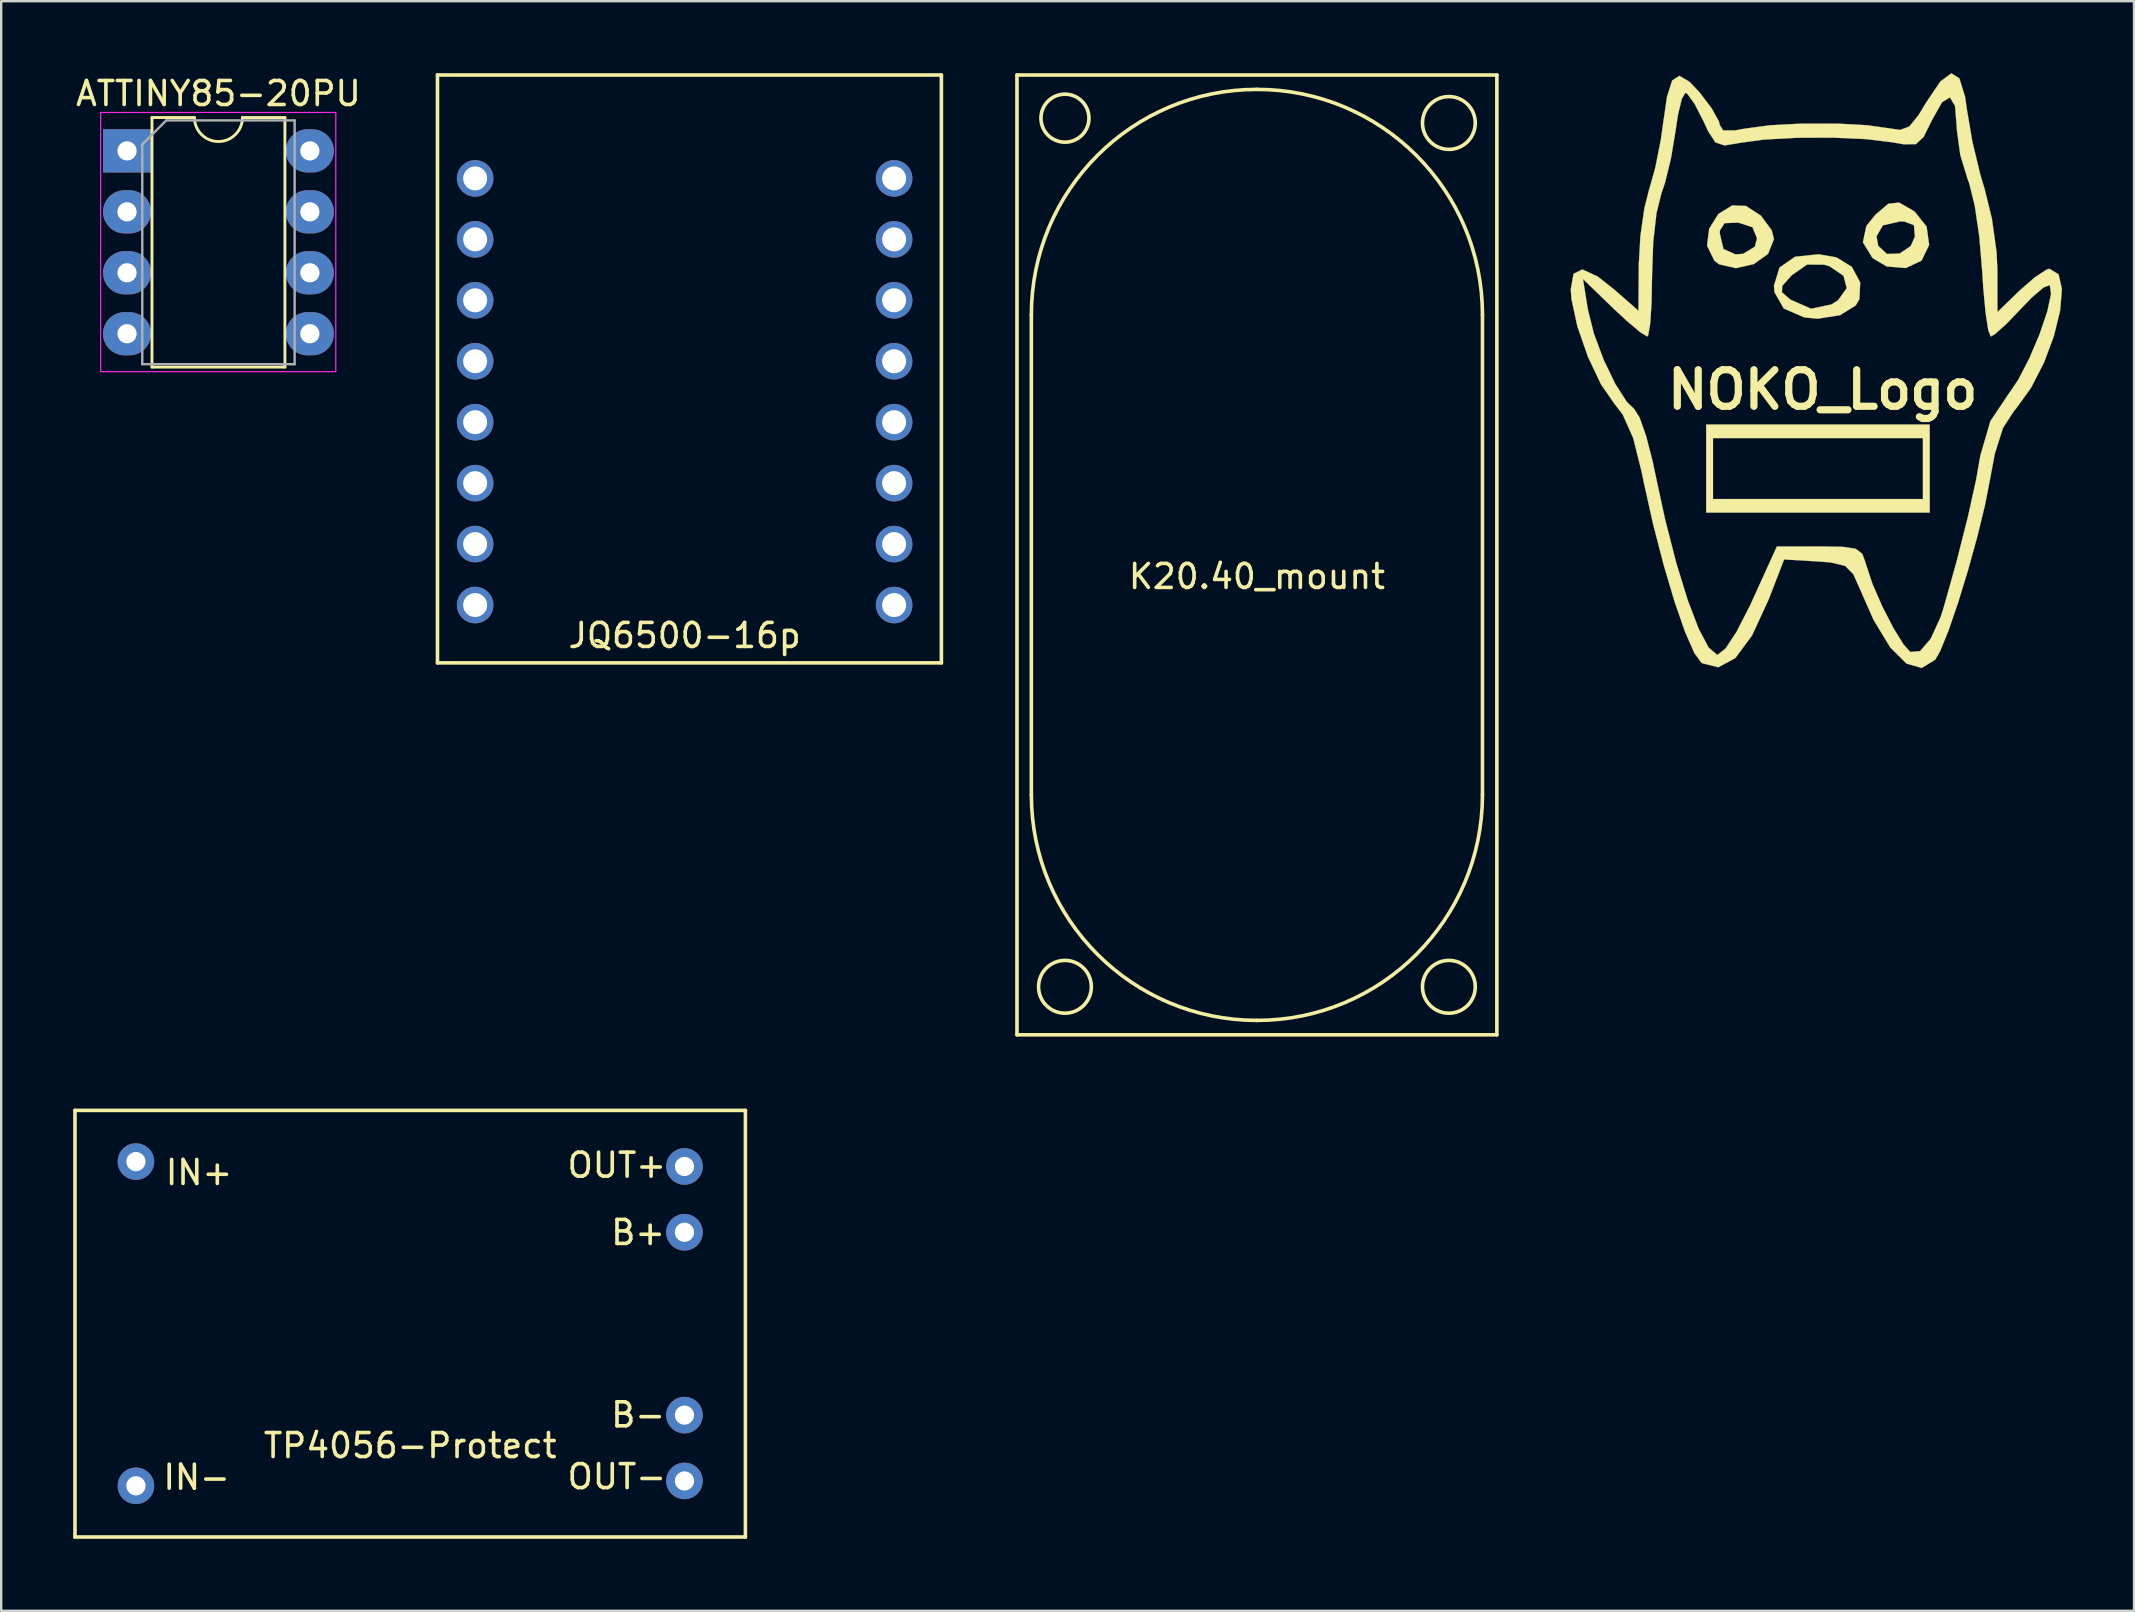
<source format=kicad_pcb>
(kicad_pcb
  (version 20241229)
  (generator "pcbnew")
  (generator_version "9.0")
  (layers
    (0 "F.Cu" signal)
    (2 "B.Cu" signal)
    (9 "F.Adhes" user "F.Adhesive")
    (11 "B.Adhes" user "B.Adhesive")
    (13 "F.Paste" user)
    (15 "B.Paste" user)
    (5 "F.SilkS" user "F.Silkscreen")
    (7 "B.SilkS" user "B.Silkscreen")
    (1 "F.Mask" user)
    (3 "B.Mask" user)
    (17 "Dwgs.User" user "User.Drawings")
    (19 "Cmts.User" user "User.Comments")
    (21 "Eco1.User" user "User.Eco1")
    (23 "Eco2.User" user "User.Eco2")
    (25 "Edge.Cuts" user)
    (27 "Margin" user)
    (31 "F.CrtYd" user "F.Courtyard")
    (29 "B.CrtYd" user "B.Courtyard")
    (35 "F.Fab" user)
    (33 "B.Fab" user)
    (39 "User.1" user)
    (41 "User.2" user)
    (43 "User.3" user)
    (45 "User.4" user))
  (footprint "TP4056-Protect"
    (layer "F.Cu")
    (at 14.045 52.115)
    (property "Reference" "TP4056-Protect" (at 0 5.08 0) (layer "F.SilkS") (effects (font (size 1 1) (thickness 0.15))))
    (attr through_hole)
    (fp_line (start -13.97 -8.89) (end -13.97 8.89) (stroke (width 0.15) (type solid)) (layer "F.SilkS"))
    (fp_line (start -13.97 -8.89) (end 13.97 -8.89) (stroke (width 0.15) (type solid)) (layer "F.SilkS"))
    (fp_line (start 13.97 -8.89) (end 13.97 8.89) (stroke (width 0.15) (type solid)) (layer "F.SilkS"))
    (fp_line (start 13.97 8.89) (end -13.97 8.89) (stroke (width 0.15) (type solid)) (layer "F.SilkS"))
    (fp_text user "OUT-" (at 8.611 6.375 0) (layer "F.SilkS") (effects (font (size 1 1) (thickness 0.15))))
    (fp_text user "IN+" (at -8.8 -6.3 0) (layer "F.SilkS") (effects (font (size 1 1) (thickness 0.15))))
    (fp_text user "IN-" (at -8.9 6.4 0) (layer "F.SilkS") (effects (font (size 1 1) (thickness 0.15))))
    (fp_text user "B-" (at 9.5 3.8 0) (layer "F.SilkS") (effects (font (size 1 1) (thickness 0.15))))
    (fp_text user "OUT+" (at 8.611 -6.604 0) (layer "F.SilkS") (effects (font (size 1 1) (thickness 0.15))))
    (fp_text user "B+" (at 9.5 -3.8 0) (layer "F.SilkS") (effects (font (size 1 1) (thickness 0.15))))
    (pad "1" thru_hole circle (at -11.43 -6.756) (size 1.524 1.524) (drill 0.8) (layers "*.Cu" "*.Mask"))
    (pad "2" thru_hole circle (at -11.43 6.756) (size 1.524 1.524) (drill 0.8) (layers "*.Cu" "*.Mask"))
    (pad "3" thru_hole circle (at 11.43 -6.553) (size 1.524 1.524) (drill 0.8) (layers "*.Cu" "*.Mask"))
    (pad "4" thru_hole circle (at 11.43 -3.81) (size 1.524 1.524) (drill 0.8) (layers "*.Cu" "*.Mask"))
    (pad "5" thru_hole circle (at 11.43 3.81) (size 1.524 1.524) (drill 0.8) (layers "*.Cu" "*.Mask"))
    (pad "6" thru_hole circle (at 11.43 6.553) (size 1.524 1.524) (drill 0.8) (layers "*.Cu" "*.Mask")))
  (footprint "NOKO_Logo"
    (layer "F.Cu")
    (at 72.572 12.103)
    (property "Reference" "NOKO_Logo" (at 0.34 1.09 0) (layer "F.SilkS") (effects (font (size 1.524 1.524) (thickness 0.3))))
    (attr through_hole)
    (fp_poly (pts (xy 4.798 6.209) (xy -4.516 6.209) (xy -4.516 3.104) (xy -4.233 3.104) (xy -4.233 5.644) (xy 4.516 5.644) (xy 4.516 3.104) (xy -4.233 3.104) (xy -4.516 3.104) (xy -4.516 2.54) (xy 4.798 2.54) (xy 4.798 6.209)) (stroke (width 0.01) (type solid)) (fill yes) (layer "F.SilkS"))
    (fp_poly (pts (xy -2.86 -6.571) (xy -2.236 -6.165) (xy -1.788 -5.559) (xy -1.693 -5.187) (xy -1.936 -4.576) (xy -2.532 -4.148) (xy -3.278 -3.977) (xy -3.975 -4.136) (xy -4.177 -4.29) (xy -4.48 -4.916) (xy -4.417 -5.428) (xy -3.951 -5.428) (xy -3.797 -4.775) (xy -3.293 -4.553) (xy -2.975 -4.574) (xy -2.487 -4.873) (xy -2.399 -5.221) (xy -2.586 -5.683) (xy -3.175 -5.875) (xy -3.752 -5.853) (xy -3.946 -5.546) (xy -3.951 -5.428) (xy -4.417 -5.428) (xy -4.393 -5.619) (xy -4.011 -6.234) (xy -3.431 -6.591) (xy -2.86 -6.571)) (stroke (width 0.01) (type solid)) (fill yes) (layer "F.SilkS"))
    (fp_poly (pts (xy 4.127 -6.365) (xy 4.171 -6.334) (xy 4.67 -5.709) (xy 4.775 -4.948) (xy 4.459 -4.29) (xy 3.802 -3.983) (xy 3.007 -4.049) (xy 2.419 -4.395) (xy 2.016 -5.056) (xy 2.067 -5.303) (xy 2.58 -5.303) (xy 2.655 -4.906) (xy 3.016 -4.569) (xy 3.541 -4.585) (xy 4.007 -4.898) (xy 4.182 -5.292) (xy 4.142 -5.769) (xy 3.732 -5.922) (xy 3.564 -5.927) (xy 2.847 -5.762) (xy 2.58 -5.303) (xy 2.067 -5.303) (xy 2.157 -5.734) (xy 2.54 -6.209) (xy 3.077 -6.664) (xy 3.522 -6.71) (xy 4.127 -6.365)) (stroke (width 0.01) (type solid)) (fill yes) (layer "F.SilkS"))
    (fp_poly (pts (xy 0.913 -4.427) (xy 1.555 -4.03) (xy 1.902 -3.379) (xy 1.868 -2.685) (xy 1.716 -2.426) (xy 1.063 -2.018) (xy 0.131 -1.871) (xy -0.423 -1.924) (xy -1.283 -2.295) (xy -1.67 -2.972) (xy -1.67 -2.972) (xy -1.361 -2.972) (xy -1.004 -2.665) (xy -0.142 -2.286) (xy 0.705 -2.466) (xy 0.98 -2.64) (xy 1.341 -3.146) (xy 1.206 -3.661) (xy 0.623 -4.056) (xy 0.41 -4.121) (xy -0.309 -4.129) (xy -0.943 -3.69) (xy -1.346 -3.242) (xy -1.361 -2.972) (xy -1.67 -2.972) (xy -1.693 -3.246) (xy -1.46 -4.004) (xy -0.813 -4.453) (xy 0.165 -4.556) (xy 0.913 -4.427)) (stroke (width 0.01) (type solid)) (fill yes) (layer "F.SilkS"))
    (fp_poly (pts (xy 6.035 -11.888) (xy 6.271 -11.124) (xy 6.361 -10.513) (xy 6.574 -9.264) (xy 6.899 -7.906) (xy 7.087 -7.276) (xy 7.392 -6.035) (xy 7.585 -4.639) (xy 7.62 -3.905) (xy 7.62 -2.147) (xy 8.551 -3.049) (xy 9.173 -3.591) (xy 9.662 -3.913) (xy 9.79 -3.951) (xy 10.169 -3.721) (xy 10.308 -3.104) (xy 10.234 -2.212) (xy 9.976 -1.154) (xy 9.561 -0.042) (xy 9.018 1.015) (xy 8.373 1.905) (xy 8.307 1.977) (xy 7.85 2.687) (xy 7.51 3.763) (xy 7.327 4.744) (xy 7.11 5.864) (xy 6.787 7.195) (xy 6.397 8.604) (xy 5.982 9.961) (xy 5.58 11.132) (xy 5.233 11.984) (xy 5.03 12.337) (xy 4.469 12.684) (xy 3.832 12.504) (xy 3.152 11.825) (xy 2.456 10.675) (xy 1.918 9.454) (xy 1.614 8.773) (xy 1.269 8.428) (xy 0.683 8.287) (xy 0.103 8.244) (xy -1.27 8.162) (xy -1.909 9.818) (xy -2.603 11.327) (xy -3.303 12.272) (xy -4.008 12.655) (xy -4.704 12.482) (xy -5.015 12.053) (xy -5.403 11.164) (xy -5.838 9.91) (xy -6.29 8.385) (xy -6.73 6.684) (xy -7.127 4.901) (xy -7.201 4.535) (xy -7.559 3.101) (xy -7.997 2.121) (xy -8.325 1.694) (xy -8.894 0.876) (xy -9.442 -0.278) (xy -9.884 -1.545) (xy -10.133 -2.699) (xy -10.16 -3.097) (xy -10.082 -3.528) (xy -9.652 -3.528) (xy -9.449 -2.258) (xy -9.198 -1.252) (xy -8.79 -0.16) (xy -8.304 0.848) (xy -7.82 1.601) (xy -7.518 1.889) (xy -7.289 2.255) (xy -7.016 3.034) (xy -6.746 4.083) (xy -6.656 4.516) (xy -6.223 6.519) (xy -5.759 8.323) (xy -5.286 9.857) (xy -4.831 11.051) (xy -4.415 11.833) (xy -4.065 12.134) (xy -4.045 12.136) (xy -3.717 11.883) (xy -3.251 11.177) (xy -2.697 10.098) (xy -2.596 9.878) (xy -1.57 7.62) (xy 0.197 7.62) (xy 1.167 7.635) (xy 1.716 7.719) (xy 1.99 7.929) (xy 2.133 8.322) (xy 2.152 8.396) (xy 2.412 9.181) (xy 2.819 10.113) (xy 3.283 11.017) (xy 3.716 11.717) (xy 3.989 12.018) (xy 4.396 11.982) (xy 4.838 11.471) (xy 5.253 10.566) (xy 5.379 10.173) (xy 5.92 8.245) (xy 6.383 6.417) (xy 6.733 4.841) (xy 6.911 3.825) (xy 7.327 2.399) (xy 8.024 1.358) (xy 8.487 0.677) (xy 8.959 -0.237) (xy 9.382 -1.237) (xy 9.7 -2.175) (xy 9.856 -2.906) (xy 9.804 -3.272) (xy 9.543 -3.173) (xy 9.043 -2.745) (xy 8.597 -2.283) (xy 7.986 -1.646) (xy 7.516 -1.227) (xy 7.343 -1.129) (xy 7.239 -1.391) (xy 7.13 -2.096) (xy 7.033 -3.123) (xy 6.984 -3.881) (xy 6.862 -5.326) (xy 6.672 -6.6) (xy 6.442 -7.526) (xy 6.382 -7.681) (xy 6.072 -8.697) (xy 5.928 -9.763) (xy 5.927 -9.852) (xy 5.852 -10.742) (xy 5.64 -11.091) (xy 5.312 -10.892) (xy 4.892 -10.148) (xy 4.546 -9.447) (xy 4.225 -9.148) (xy 3.724 -9.137) (xy 3.246 -9.222) (xy 2.151 -9.355) (xy 0.747 -9.417) (xy -0.747 -9.411) (xy -2.114 -9.336) (xy -3.12 -9.198) (xy -3.752 -9.092) (xy -4.128 -9.216) (xy -4.435 -9.683) (xy -4.644 -10.132) (xy -5.002 -10.827) (xy -5.299 -11.24) (xy -5.385 -11.289) (xy -5.533 -11.034) (xy -5.692 -10.373) (xy -5.799 -9.666) (xy -5.981 -8.57) (xy -6.23 -7.546) (xy -6.384 -7.092) (xy -6.587 -6.278) (xy -6.723 -5.075) (xy -6.773 -3.652) (xy -6.773 -3.634) (xy -6.794 -2.524) (xy -6.85 -1.666) (xy -6.931 -1.187) (xy -6.974 -1.129) (xy -7.268 -1.311) (xy -7.829 -1.783) (xy -8.414 -2.328) (xy -9.652 -3.528) (xy -10.082 -3.528) (xy -10.043 -3.745) (xy -9.676 -3.923) (xy -9.038 -3.63) (xy -8.335 -3.075) (xy -7.338 -2.199) (xy -7.325 -4.134) (xy -7.257 -5.328) (xy -7.093 -6.475) (xy -6.91 -7.197) (xy -6.64 -8.155) (xy -6.407 -9.326) (xy -6.325 -9.914) (xy -6.15 -11.119) (xy -5.934 -11.799) (xy -5.634 -11.994) (xy -5.206 -11.741) (xy -4.79 -11.3) (xy -4.282 -10.63) (xy -3.984 -10.088) (xy -3.951 -9.946) (xy -3.811 -9.72) (xy -3.316 -9.717) (xy -2.893 -9.794) (xy -1.851 -9.933) (xy -0.504 -10.003) (xy 0.924 -10.003) (xy 2.207 -9.933) (xy 3.014 -9.818) (xy 3.565 -9.739) (xy 3.948 -9.879) (xy 4.325 -10.344) (xy 4.648 -10.877) (xy 5.245 -11.759) (xy 5.7 -12.098) (xy 6.035 -11.888)) (stroke (width 0.01) (type solid)) (fill yes) (layer "F.SilkS")))
  (footprint "ATTINY85-20PU"
    (layer "F.Cu")
    (at 2.244 3.238)
    (property "Reference" "ATTINY85-20PU" (at 3.81 -2.39 0) (layer "F.SilkS") (effects (font (size 1 1) (thickness 0.15))))
    (attr through_hole)
    (fp_line (start 1.04 -1.39) (end 1.04 9.01) (stroke (width 0.12) (type solid)) (layer "F.SilkS"))
    (fp_line (start 1.04 9.01) (end 6.58 9.01) (stroke (width 0.12) (type solid)) (layer "F.SilkS"))
    (fp_line (start 2.81 -1.39) (end 1.04 -1.39) (stroke (width 0.12) (type solid)) (layer "F.SilkS"))
    (fp_line (start 6.58 -1.39) (end 4.81 -1.39) (stroke (width 0.12) (type solid)) (layer "F.SilkS"))
    (fp_line (start 6.58 9.01) (end 6.58 -1.39) (stroke (width 0.12) (type solid)) (layer "F.SilkS"))
    (fp_arc (start 4.81 -1.39) (mid 3.81 -0.39) (end 2.81 -1.39) (stroke (width 0.12) (type solid)) (layer "F.SilkS"))
    (fp_line (start -1.1 -1.6) (end -1.1 9.2) (stroke (width 0.05) (type solid)) (layer "F.CrtYd"))
    (fp_line (start -1.1 9.2) (end 8.7 9.2) (stroke (width 0.05) (type solid)) (layer "F.CrtYd"))
    (fp_line (start 8.7 -1.6) (end -1.1 -1.6) (stroke (width 0.05) (type solid)) (layer "F.CrtYd"))
    (fp_line (start 8.7 9.2) (end 8.7 -1.6) (stroke (width 0.05) (type solid)) (layer "F.CrtYd"))
    (fp_line (start 0.635 -0.27) (end 1.635 -1.27) (stroke (width 0.1) (type solid)) (layer "F.Fab"))
    (fp_line (start 0.635 8.89) (end 0.635 -0.27) (stroke (width 0.1) (type solid)) (layer "F.Fab"))
    (fp_line (start 1.635 -1.27) (end 6.985 -1.27) (stroke (width 0.1) (type solid)) (layer "F.Fab"))
    (fp_line (start 6.985 -1.27) (end 6.985 8.89) (stroke (width 0.1) (type solid)) (layer "F.Fab"))
    (fp_line (start 6.985 8.89) (end 0.635 8.89) (stroke (width 0.1) (type solid)) (layer "F.Fab"))
    (pad "1" thru_hole rect (at 0 0) (size 2 1.8) (drill 0.8) (layers "*.Cu" "*.Mask"))
    (pad "2" thru_hole oval (at 0 2.54) (size 2 1.8) (drill 0.8) (layers "*.Cu" "*.Mask"))
    (pad "3" thru_hole oval (at 0 5.08) (size 2 1.8) (drill 0.8) (layers "*.Cu" "*.Mask"))
    (pad "4" thru_hole oval (at 0 7.62) (size 2 1.8) (drill 0.8) (layers "*.Cu" "*.Mask"))
    (pad "5" thru_hole oval (at 7.62 7.62) (size 2 1.8) (drill 0.8) (layers "*.Cu" "*.Mask"))
    (pad "6" thru_hole oval (at 7.62 5.08) (size 2 1.8) (drill 0.8) (layers "*.Cu" "*.Mask"))
    (pad "7" thru_hole oval (at 7.62 2.54) (size 2 1.8) (drill 0.8) (layers "*.Cu" "*.Mask"))
    (pad "8" thru_hole oval (at 7.62 0) (size 2 1.8) (drill 0.8) (layers "*.Cu" "*.Mask")))
  (footprint "K20.40_mount"
    (layer "F.Cu")
    (at 49.332 20.075)
    (property "Reference" "K20.40_mount" (at 0 0.9 0) (layer "F.SilkS") (effects (font (size 1 1) (thickness 0.15))))
    (attr through_hole)
    (fp_line (start -10 20) (end -10 -20) (stroke (width 0.15) (type solid)) (layer "F.SilkS"))
    (fp_line (start -10 20) (end 10 20) (stroke (width 0.15) (type solid)) (layer "F.SilkS"))
    (fp_line (start -9.4 -10) (end -9.4 10) (stroke (width 0.15) (type solid)) (layer "F.SilkS"))
    (fp_line (start 9.4 -10) (end 9.4 10) (stroke (width 0.15) (type solid)) (layer "F.SilkS"))
    (fp_line (start 10 -20) (end -10 -20) (stroke (width 0.15) (type solid)) (layer "F.SilkS"))
    (fp_line (start 10 20) (end 10 -20) (stroke (width 0.15) (type solid)) (layer "F.SilkS"))
    (fp_arc (start -9.4 -10) (mid -6.646804 -16.646804) (end 0 -19.4) (stroke (width 0.15) (type solid)) (layer "F.SilkS"))
    (fp_arc (start 0 -19.4) (mid 6.646804 -16.646804) (end 9.4 -10) (stroke (width 0.15) (type solid)) (layer "F.SilkS"))
    (fp_arc (start 0 19.4) (mid -6.646804 16.646804) (end -9.4 10) (stroke (width 0.15) (type solid)) (layer "F.SilkS"))
    (fp_arc (start 9.4 10) (mid 6.646804 16.646804) (end 0 19.4) (stroke (width 0.15) (type solid)) (layer "F.SilkS"))
    (fp_circle (center -8 -18.2) (end -7 -18.2) (stroke (width 0.15) (type solid)) (fill no) (layer "F.SilkS"))
    (fp_circle (center -8 18) (end -6.9 18) (stroke (width 0.15) (type solid)) (fill no) (layer "F.SilkS"))
    (fp_circle (center 8 -18) (end 9.1 -18) (stroke (width 0.15) (type solid)) (fill no) (layer "F.SilkS"))
    (fp_circle (center 8 18) (end 9.1 18) (stroke (width 0.15) (type solid)) (fill no) (layer "F.SilkS")))
  (footprint "JQ6500-16p"
    (layer "F.Cu")
    (at 25.482 13.275)
    (property "Reference" "JQ6500-16p" (at 0 10.16 0) (layer "F.SilkS") (effects (font (size 1 1) (thickness 0.15))))
    (attr through_hole)
    (fp_line (start -10.3 11.3) (end -10.3 -13.2) (stroke (width 0.15) (type solid)) (layer "F.SilkS"))
    (fp_line (start -10.3 11.3) (end 10.7 11.3) (stroke (width 0.15) (type solid)) (layer "F.SilkS"))
    (fp_line (start 10.7 -13.2) (end -10.3 -13.2) (stroke (width 0.15) (type solid)) (layer "F.SilkS"))
    (fp_line (start 10.7 -13.2) (end 10.7 11.3) (stroke (width 0.15) (type solid)) (layer "F.SilkS"))
    (pad "3" thru_hole circle (at 8.73 8.89) (size 1.524 1.524) (drill 1) (layers "*.Cu" "*.Mask"))
    (pad "4" thru_hole circle (at 8.73 6.35) (size 1.524 1.524) (drill 1) (layers "*.Cu" "*.Mask"))
    (pad "5" thru_hole circle (at 8.73 3.81) (size 1.524 1.524) (drill 1) (layers "*.Cu" "*.Mask"))
    (pad "6" thru_hole circle (at 8.73 1.27) (size 1.524 1.524) (drill 1) (layers "*.Cu" "*.Mask"))
    (pad "7" thru_hole circle (at 8.73 -1.27) (size 1.524 1.524) (drill 1) (layers "*.Cu" "*.Mask"))
    (pad "8" thru_hole circle (at 8.73 -3.81) (size 1.524 1.524) (drill 1) (layers "*.Cu" "*.Mask"))
    (pad "9" thru_hole circle (at 8.73 -6.35) (size 1.524 1.524) (drill 1) (layers "*.Cu" "*.Mask"))
    (pad "10" thru_hole circle (at 8.73 -8.89) (size 1.524 1.524) (drill 1) (layers "*.Cu" "*.Mask"))
    (pad "17" thru_hole circle (at -8.73 8.89) (size 1.524 1.524) (drill 1) (layers "*.Cu" "*.Mask"))
    (pad "18" thru_hole circle (at -8.73 6.35) (size 1.524 1.524) (drill 1) (layers "*.Cu" "*.Mask"))
    (pad "19" thru_hole circle (at -8.73 3.81) (size 1.524 1.524) (drill 1) (layers "*.Cu" "*.Mask"))
    (pad "20" thru_hole circle (at -8.73 1.27) (size 1.524 1.524) (drill 1) (layers "*.Cu" "*.Mask"))
    (pad "21" thru_hole circle (at -8.73 -1.27) (size 1.524 1.524) (drill 1) (layers "*.Cu" "*.Mask"))
    (pad "22" thru_hole circle (at -8.73 -3.81) (size 1.524 1.524) (drill 1) (layers "*.Cu" "*.Mask"))
    (pad "23" thru_hole circle (at -8.73 -6.35) (size 1.524 1.524) (drill 1) (layers "*.Cu" "*.Mask"))
    (pad "24" thru_hole circle (at -8.73 -8.89) (size 1.524 1.524) (drill 1) (layers "*.Cu" "*.Mask")))
  (gr_rect
    (start -3 -3)
    (end 85.885 64.08)
    (stroke (width 0.1) (type default))
    (fill no)
    (layer "Edge.Cuts")))
</source>
